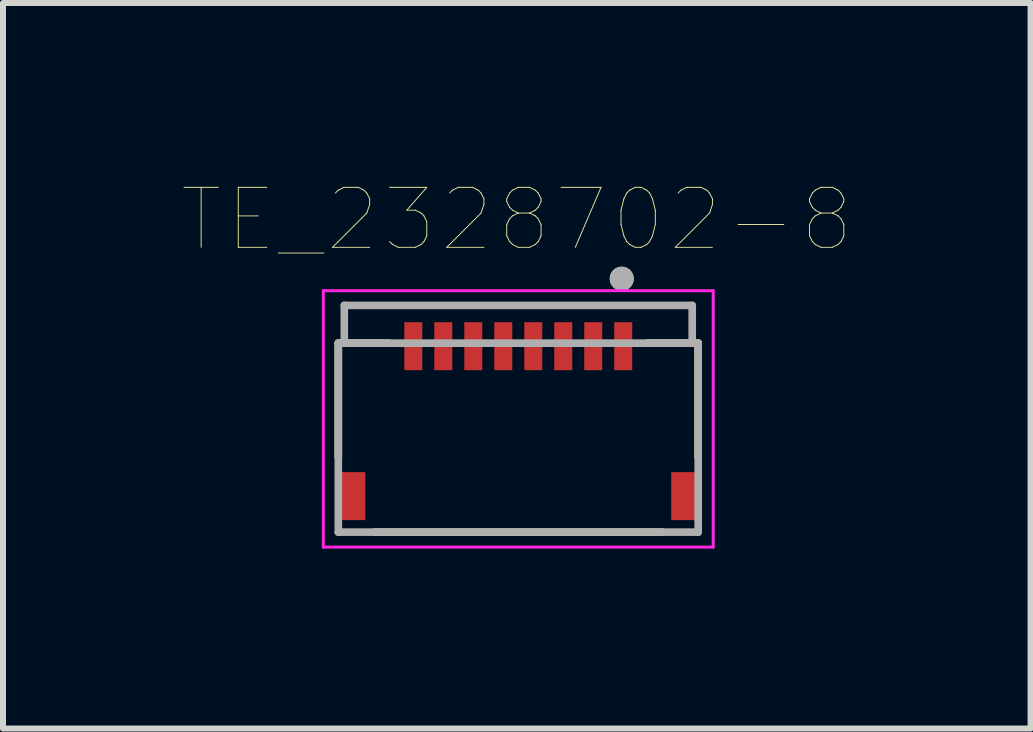
<source format=kicad_pcb>
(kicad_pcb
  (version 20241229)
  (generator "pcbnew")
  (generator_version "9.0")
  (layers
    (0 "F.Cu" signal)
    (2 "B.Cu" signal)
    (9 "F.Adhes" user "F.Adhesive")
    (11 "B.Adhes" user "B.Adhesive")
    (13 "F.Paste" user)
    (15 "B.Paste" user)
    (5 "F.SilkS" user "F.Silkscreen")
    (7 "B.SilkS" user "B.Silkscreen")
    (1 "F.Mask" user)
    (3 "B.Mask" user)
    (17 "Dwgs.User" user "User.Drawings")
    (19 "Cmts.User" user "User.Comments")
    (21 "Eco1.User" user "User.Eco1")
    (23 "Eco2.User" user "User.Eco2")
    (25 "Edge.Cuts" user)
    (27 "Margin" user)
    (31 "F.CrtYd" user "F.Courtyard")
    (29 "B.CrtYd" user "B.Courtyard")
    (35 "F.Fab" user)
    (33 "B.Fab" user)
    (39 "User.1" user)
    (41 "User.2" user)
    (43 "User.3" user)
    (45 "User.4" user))
  (footprint "TE_2328702-8"
    (layer "F.Cu")
    (at 7.34 2.721)
    (property "Reference" "TE_2328702-8" (at -1.775 -2.11 0) (layer "F.SilkS") (effects (font (size 1 1) (thickness 0.015))))
    (attr through_hole)
    (fp_line (start -4.75 -0.05) (end -4.75 1.85) (stroke (width 0.127) (type solid)) (layer "F.SilkS"))
    (fp_line (start -4.15 3.1) (end 0.65 3.1) (stroke (width 0.127) (type solid)) (layer "F.SilkS"))
    (fp_line (start -3.9 -0.05) (end -4.75 -0.05) (stroke (width 0.127) (type solid)) (layer "F.SilkS"))
    (fp_line (start 0.4 -0.05) (end 1.25 -0.05) (stroke (width 0.127) (type solid)) (layer "F.SilkS"))
    (fp_line (start 1.25 -0.05) (end 1.25 1.85) (stroke (width 0.127) (type solid)) (layer "F.SilkS"))
    (fp_circle (center -0.025 -1.125) (end 0.075 -1.125) (stroke (width 0.2) (type solid)) (fill no) (layer "F.SilkS"))
    (fp_line (start -5 -0.925) (end 1.5 -0.925) (stroke (width 0.05) (type solid)) (layer "F.CrtYd"))
    (fp_line (start -5 3.35) (end -5 -0.925) (stroke (width 0.05) (type solid)) (layer "F.CrtYd"))
    (fp_line (start 1.5 -0.925) (end 1.5 3.35) (stroke (width 0.05) (type solid)) (layer "F.CrtYd"))
    (fp_line (start 1.5 3.35) (end -5 3.35) (stroke (width 0.05) (type solid)) (layer "F.CrtYd"))
    (fp_line (start -4.75 -0.05) (end -4.65 -0.05) (stroke (width 0.127) (type solid)) (layer "F.Fab"))
    (fp_line (start -4.75 3.1) (end -4.75 -0.05) (stroke (width 0.127) (type solid)) (layer "F.Fab"))
    (fp_line (start -4.65 -0.68) (end 1.15 -0.68) (stroke (width 0.127) (type solid)) (layer "F.Fab"))
    (fp_line (start -4.65 -0.05) (end -4.65 -0.68) (stroke (width 0.127) (type solid)) (layer "F.Fab"))
    (fp_line (start -4.65 -0.05) (end 1.15 -0.05) (stroke (width 0.127) (type solid)) (layer "F.Fab"))
    (fp_line (start 1.15 -0.68) (end 1.15 -0.05) (stroke (width 0.127) (type solid)) (layer "F.Fab"))
    (fp_line (start 1.15 -0.05) (end 1.25 -0.05) (stroke (width 0.127) (type solid)) (layer "F.Fab"))
    (fp_line (start 1.25 -0.05) (end 1.25 3.1) (stroke (width 0.127) (type solid)) (layer "F.Fab"))
    (fp_line (start 1.25 3.1) (end -4.75 3.1) (stroke (width 0.127) (type solid)) (layer "F.Fab"))
    (fp_circle (center -0.025 -1.125) (end 0.075 -1.125) (stroke (width 0.2) (type solid)) (fill no) (layer "F.Fab"))
    (pad "1" smd rect (at 0 0) (size 0.3 0.8) (layers "F.Cu" "F.Mask" "F.Paste"))
    (pad "2" smd rect (at -0.5 0) (size 0.3 0.8) (layers "F.Cu" "F.Mask" "F.Paste"))
    (pad "3" smd rect (at -1 0) (size 0.3 0.8) (layers "F.Cu" "F.Mask" "F.Paste"))
    (pad "4" smd rect (at -1.5 0) (size 0.3 0.8) (layers "F.Cu" "F.Mask" "F.Paste"))
    (pad "5" smd rect (at -2 0) (size 0.3 0.8) (layers "F.Cu" "F.Mask" "F.Paste"))
    (pad "6" smd rect (at -2.5 0) (size 0.3 0.8) (layers "F.Cu" "F.Mask" "F.Paste"))
    (pad "7" smd rect (at -3 0) (size 0.3 0.8) (layers "F.Cu" "F.Mask" "F.Paste"))
    (pad "8" smd rect (at -3.5 0) (size 0.3 0.8) (layers "F.Cu" "F.Mask" "F.Paste"))
    (pad "S1" smd rect (at 1 2.5) (size 0.4 0.8) (layers "F.Cu" "F.Mask" "F.Paste"))
    (pad "S2" smd rect (at -4.5 2.5) (size 0.4 0.8) (layers "F.Cu" "F.Mask" "F.Paste")))
  (gr_rect
    (start -3 -3)
    (end 14.131 9.096)
    (stroke (width 0.1) (type default))
    (fill no)
    (layer "Edge.Cuts")))
</source>
